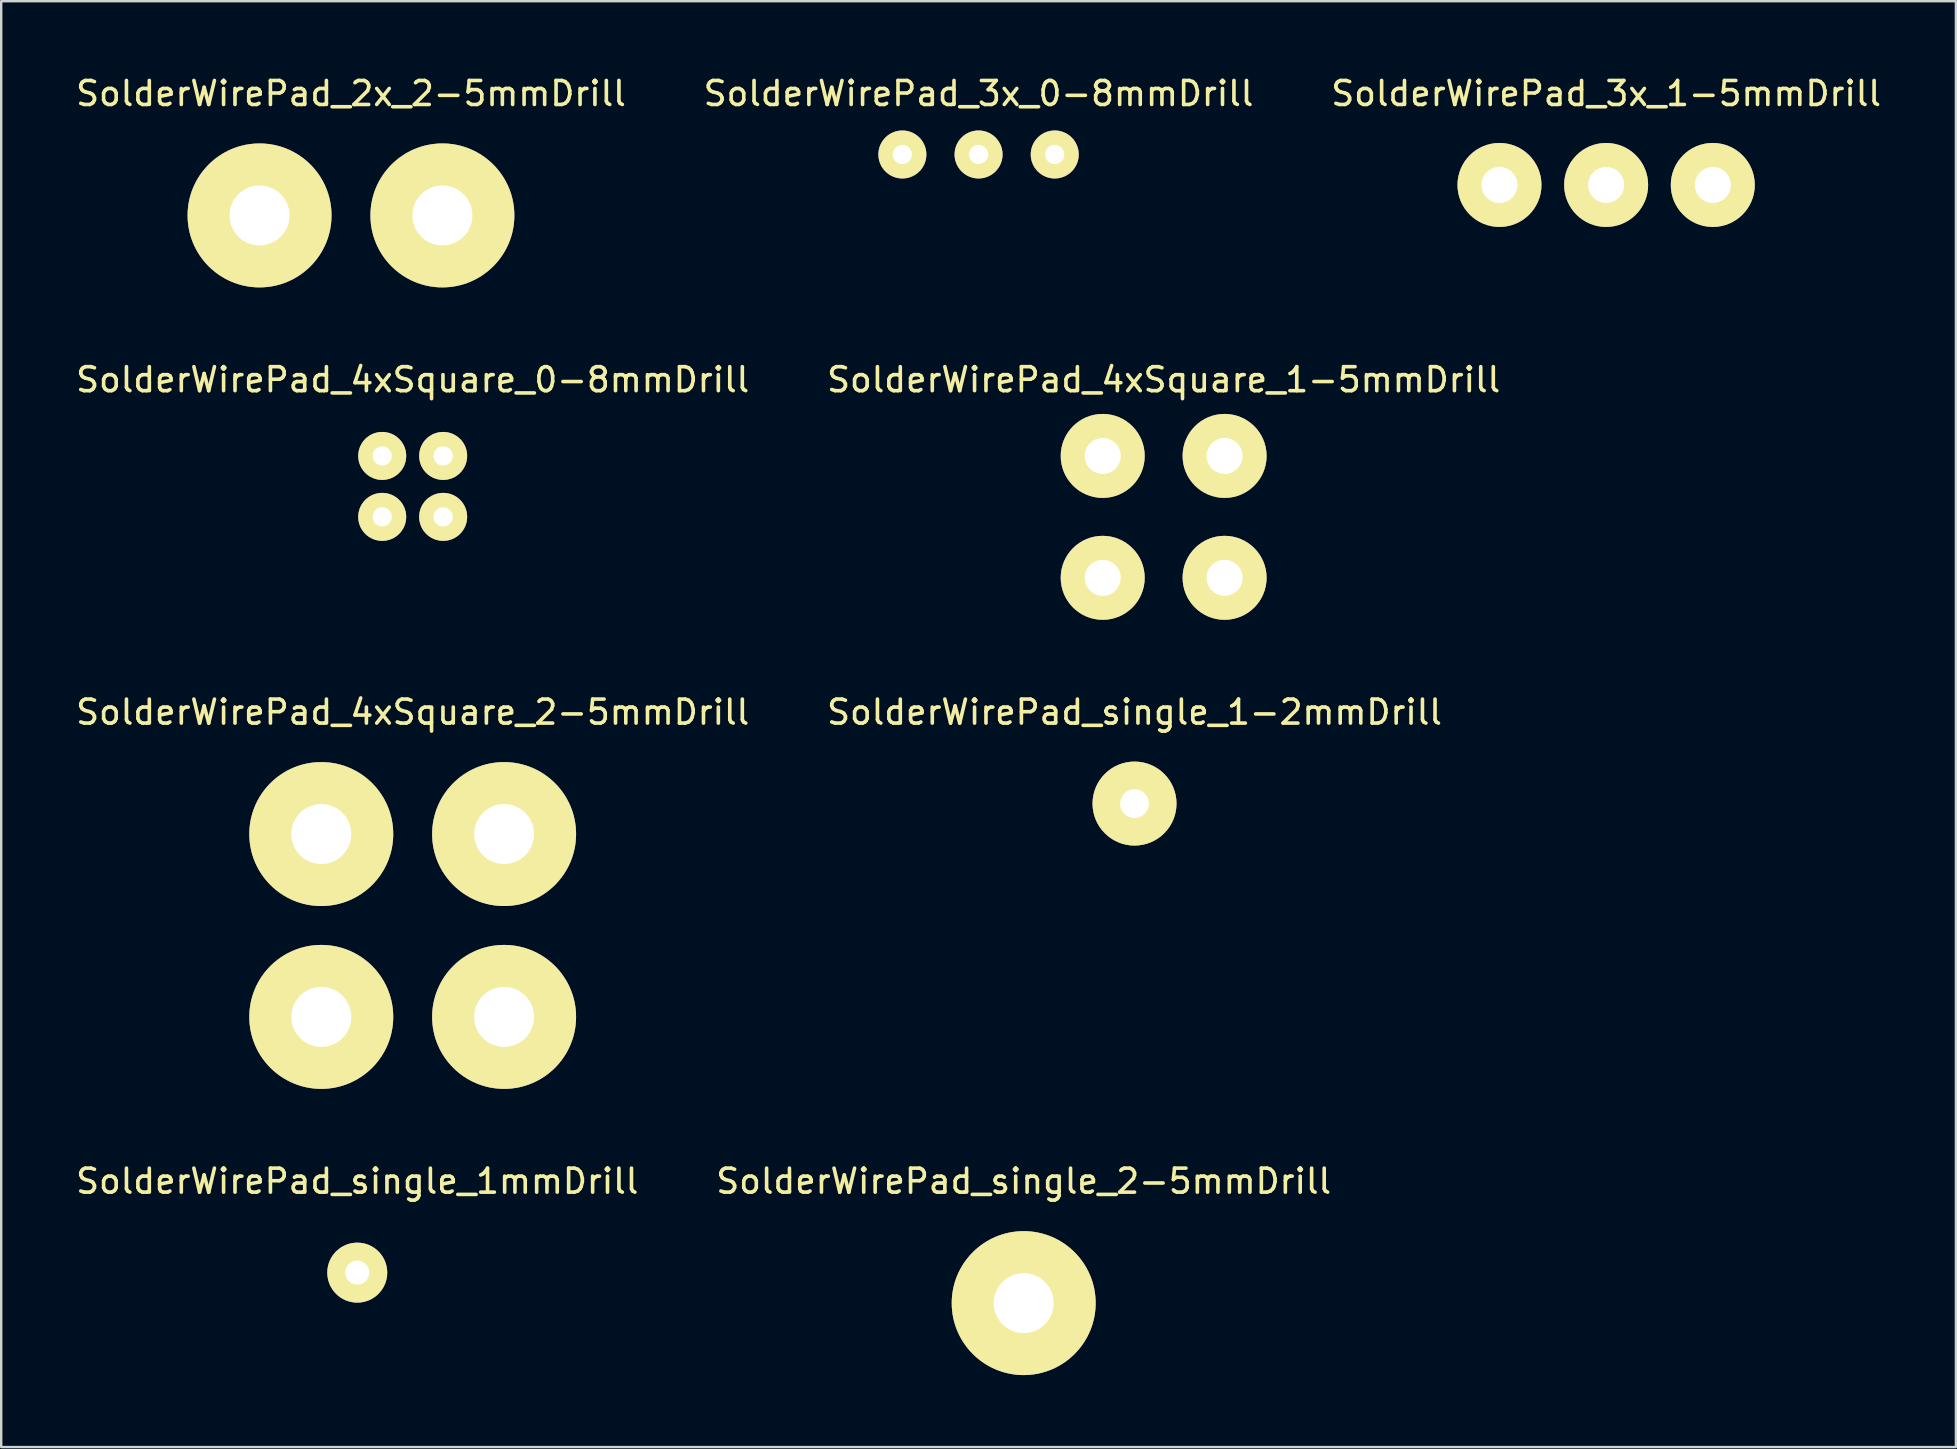
<source format=kicad_pcb>
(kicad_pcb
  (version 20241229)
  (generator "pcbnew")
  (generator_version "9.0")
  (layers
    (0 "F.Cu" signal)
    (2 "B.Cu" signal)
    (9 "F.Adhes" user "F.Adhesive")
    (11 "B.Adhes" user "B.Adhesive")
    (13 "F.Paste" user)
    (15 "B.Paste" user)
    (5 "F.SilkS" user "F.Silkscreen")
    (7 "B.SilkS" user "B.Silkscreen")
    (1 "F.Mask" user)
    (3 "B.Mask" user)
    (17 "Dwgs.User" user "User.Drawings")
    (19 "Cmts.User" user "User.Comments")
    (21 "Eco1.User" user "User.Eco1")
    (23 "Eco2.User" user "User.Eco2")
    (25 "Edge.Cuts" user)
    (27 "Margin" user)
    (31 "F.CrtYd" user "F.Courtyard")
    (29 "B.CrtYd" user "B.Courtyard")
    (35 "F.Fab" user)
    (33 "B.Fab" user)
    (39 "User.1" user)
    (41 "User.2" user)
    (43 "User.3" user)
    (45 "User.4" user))
  (footprint "SolderWirePad_single_1-2mmDrill"
    (layer "F.Cu")
    (at 44.232 30.44)
    (property "Reference" "SolderWirePad_single_1-2mmDrill" (at 0 -3.81 0) (layer "F.SilkS") (effects (font (size 1 1) (thickness 0.15))))
    (attr through_hole)
    (pad "1" thru_hole circle (at 0 0) (size 3.5 3.5) (drill 1.199) (layers "*.Cu" "*.Mask" "F.SilkS")))
  (footprint "SolderWirePad_4xSquare_0-8mmDrill"
    (layer "F.Cu")
    (at 14.149 17.221)
    (property "Reference" "SolderWirePad_4xSquare_0-8mmDrill" (at 0 -4.445 0) (layer "F.SilkS") (effects (font (size 1 1) (thickness 0.15))))
    (attr through_hole)
    (pad "1" thru_hole circle (at -1.27 -1.27) (size 1.999 1.999) (drill 0.8) (layers "*.Cu" "*.Mask" "F.SilkS"))
    (pad "1" thru_hole circle (at -1.27 1.27) (size 1.999 1.999) (drill 0.8) (layers "*.Cu" "*.Mask" "F.SilkS"))
    (pad "1" thru_hole circle (at 1.27 -1.27) (size 1.999 1.999) (drill 0.8) (layers "*.Cu" "*.Mask" "F.SilkS"))
    (pad "1" thru_hole circle (at 1.27 1.27) (size 1.999 1.999) (drill 0.8) (layers "*.Cu" "*.Mask" "F.SilkS")))
  (footprint "SolderWirePad_3x_1-5mmDrill"
    (layer "F.Cu")
    (at 63.887 4.658)
    (property "Reference" "SolderWirePad_3x_1-5mmDrill" (at 0 -3.81 0) (layer "F.SilkS") (effects (font (size 1 1) (thickness 0.15))))
    (attr through_hole)
    (pad "1" thru_hole circle (at -4.445 0) (size 3.5 3.5) (drill 1.501) (layers "*.Cu" "*.Mask" "F.SilkS"))
    (pad "1" thru_hole circle (at 0 0) (size 3.5 3.5) (drill 1.501) (layers "*.Cu" "*.Mask" "F.SilkS"))
    (pad "1" thru_hole circle (at 4.445 0) (size 3.5 3.5) (drill 1.501) (layers "*.Cu" "*.Mask" "F.SilkS")))
  (footprint "SolderWirePad_4xSquare_1-5mmDrill"
    (layer "F.Cu")
    (at 45.446 18.491)
    (property "Reference" "SolderWirePad_4xSquare_1-5mmDrill" (at 0 -5.715 0) (layer "F.SilkS") (effects (font (size 1 1) (thickness 0.15))))
    (attr through_hole)
    (pad "1" thru_hole circle (at -2.54 -2.54) (size 3.5 3.5) (drill 1.501) (layers "*.Cu" "*.Mask" "F.SilkS"))
    (pad "1" thru_hole circle (at -2.54 2.54) (size 3.5 3.5) (drill 1.501) (layers "*.Cu" "*.Mask" "F.SilkS"))
    (pad "1" thru_hole circle (at 2.54 -2.54) (size 3.5 3.5) (drill 1.501) (layers "*.Cu" "*.Mask" "F.SilkS"))
    (pad "1" thru_hole circle (at 2.54 2.54) (size 3.5 3.5) (drill 1.501) (layers "*.Cu" "*.Mask" "F.SilkS")))
  (footprint "SolderWirePad_4xSquare_2-5mmDrill"
    (layer "F.Cu")
    (at 14.149 35.52)
    (property "Reference" "SolderWirePad_4xSquare_2-5mmDrill" (at 0 -8.89 0) (layer "F.SilkS") (effects (font (size 1 1) (thickness 0.15))))
    (attr through_hole)
    (pad "1" thru_hole circle (at -3.81 -3.81) (size 5.999 5.999) (drill 2.499) (layers "*.Cu" "*.Mask" "F.SilkS"))
    (pad "1" thru_hole circle (at -3.81 3.81) (size 5.999 5.999) (drill 2.499) (layers "*.Cu" "*.Mask" "F.SilkS"))
    (pad "1" thru_hole circle (at 3.81 -3.81) (size 5.999 5.999) (drill 2.499) (layers "*.Cu" "*.Mask" "F.SilkS"))
    (pad "1" thru_hole circle (at 3.81 3.81) (size 5.999 5.999) (drill 2.499) (layers "*.Cu" "*.Mask" "F.SilkS")))
  (footprint "SolderWirePad_2x_2-5mmDrill"
    (layer "F.Cu")
    (at 11.577 5.928)
    (property "Reference" "SolderWirePad_2x_2-5mmDrill" (at 0 -5.08 0) (layer "F.SilkS") (effects (font (size 1 1) (thickness 0.15))))
    (attr through_hole)
    (pad "1" thru_hole circle (at -3.81 0) (size 5.999 5.999) (drill 2.499) (layers "*.Cu" "*.Mask" "F.SilkS"))
    (pad "1" thru_hole circle (at 3.81 0) (size 5.999 5.999) (drill 2.499) (layers "*.Cu" "*.Mask" "F.SilkS")))
  (footprint "SolderWirePad_single_2-5mmDrill"
    (layer "F.Cu")
    (at 39.613 51.258)
    (property "Reference" "SolderWirePad_single_2-5mmDrill" (at 0 -5.08 0) (layer "F.SilkS") (effects (font (size 1 1) (thickness 0.15))))
    (attr through_hole)
    (pad "1" thru_hole circle (at 0 0) (size 5.999 5.999) (drill 2.499) (layers "*.Cu" "*.Mask" "F.SilkS")))
  (footprint "SolderWirePad_single_1mmDrill"
    (layer "F.Cu")
    (at 11.839 49.988)
    (property "Reference" "SolderWirePad_single_1mmDrill" (at 0 -3.81 0) (layer "F.SilkS") (effects (font (size 1 1) (thickness 0.15))))
    (attr through_hole)
    (pad "1" thru_hole circle (at 0 0) (size 2.499 2.499) (drill 1.001) (layers "*.Cu" "*.Mask" "F.SilkS")))
  (footprint "SolderWirePad_3x_0-8mmDrill"
    (layer "F.Cu")
    (at 37.732 3.388)
    (property "Reference" "SolderWirePad_3x_0-8mmDrill" (at 0 -2.54 0) (layer "F.SilkS") (effects (font (size 1 1) (thickness 0.15))))
    (attr through_hole)
    (pad "1" thru_hole circle (at -3.175 0) (size 1.999 1.999) (drill 0.8) (layers "*.Cu" "*.Mask" "F.SilkS"))
    (pad "1" thru_hole circle (at 0 0) (size 1.999 1.999) (drill 0.8) (layers "*.Cu" "*.Mask" "F.SilkS"))
    (pad "1" thru_hole circle (at 3.175 0) (size 1.999 1.999) (drill 0.8) (layers "*.Cu" "*.Mask" "F.SilkS")))
  (gr_rect
    (start -3 -3)
    (end 78.464 57.257)
    (stroke (width 0.1) (type default))
    (fill no)
    (layer "Edge.Cuts")))
</source>
